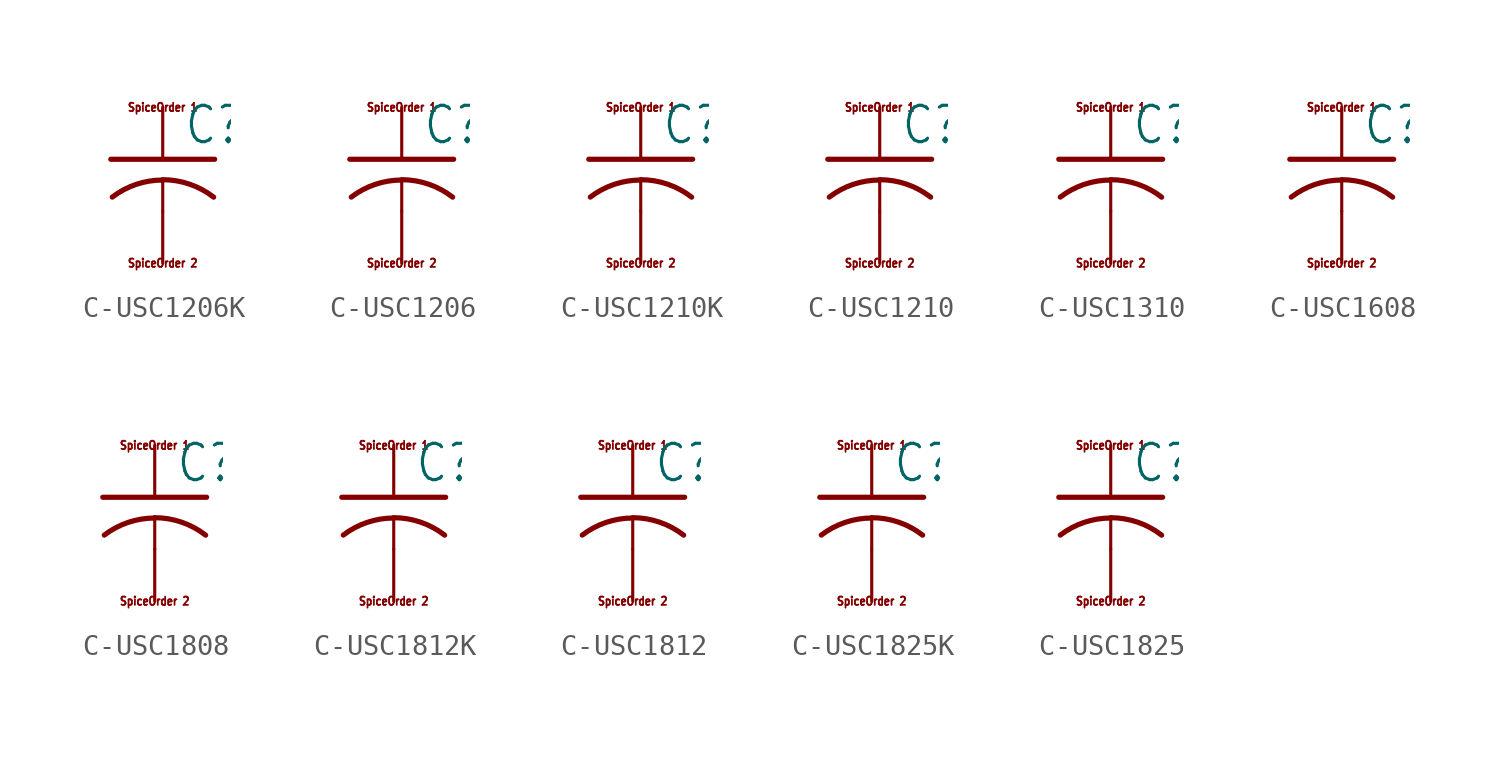
<source format=kicad_sym>
(kicad_symbol_lib
  (version 20220914)
  (generator kicad_symbol_editor)
  (symbol "C-USC1206K"
    (property "Reference" "C"
      (at 1.016 0.635 0)
      (effects (font (size 1.778 1.511)) (justify left bottom)))
    (property "Value" ""
      (at 1.016 -4.191 0)
      (effects (font (size 1.778 1.511)) (justify left bottom)))
    (property "ki_locked" ""
      (at 0 0 0)
      (effects (font (size 1.27 1.27))))
    (symbol "C-USC1206K_1_0"
      (arc (start 0 -1.0161) (mid -1.302 -1.2303) (end -2.4668 -1.8504) (stroke (width 0.254) (type solid)) (fill (type none)))
      (polyline (pts (xy -2.54 0) (xy 2.54 0)) (stroke (width 0.254) (type solid)) (fill (type none)))
      (polyline (pts (xy 0 -1.016) (xy 0 -2.54)) (stroke (width 0.152) (type solid)) (fill (type none)))
      (arc (start 2.4892 -1.8541) (mid 1.3158 -1.2194) (end 0 -1) (stroke (width 0.254) (type solid)) (fill (type none)))
      (text "SpiceOrder 1" (at 0 2.54 0) (effects (font (size 0.406 0.345))))
      (text "SpiceOrder 2" (at 0 -5.08 0) (effects (font (size 0.406 0.345))))
      (pin passive line (at 0 2.54 270) (length 2.54) (name "1" (effects (font (size 0 0)))) (number "1" (effects (font (size 0 0)))))
      (pin passive line (at 0 -5.08 90) (length 2.54) (name "2" (effects (font (size 0 0)))) (number "2" (effects (font (size 0 0)))))))
  (symbol "C-USC1206"
    (property "Reference" "C"
      (at 1.016 0.635 0)
      (effects (font (size 1.778 1.511)) (justify left bottom)))
    (property "Value" ""
      (at 1.016 -4.191 0)
      (effects (font (size 1.778 1.511)) (justify left bottom)))
    (property "ki_locked" ""
      (at 0 0 0)
      (effects (font (size 1.27 1.27))))
    (symbol "C-USC1206_1_0"
      (arc (start 0 -1.0161) (mid -1.302 -1.2303) (end -2.4668 -1.8504) (stroke (width 0.254) (type solid)) (fill (type none)))
      (polyline (pts (xy -2.54 0) (xy 2.54 0)) (stroke (width 0.254) (type solid)) (fill (type none)))
      (polyline (pts (xy 0 -1.016) (xy 0 -2.54)) (stroke (width 0.152) (type solid)) (fill (type none)))
      (arc (start 2.4892 -1.8541) (mid 1.3158 -1.2194) (end 0 -1) (stroke (width 0.254) (type solid)) (fill (type none)))
      (text "SpiceOrder 1" (at 0 2.54 0) (effects (font (size 0.406 0.345))))
      (text "SpiceOrder 2" (at 0 -5.08 0) (effects (font (size 0.406 0.345))))
      (pin passive line (at 0 2.54 270) (length 2.54) (name "1" (effects (font (size 0 0)))) (number "1" (effects (font (size 0 0)))))
      (pin passive line (at 0 -5.08 90) (length 2.54) (name "2" (effects (font (size 0 0)))) (number "2" (effects (font (size 0 0)))))))
  (symbol "C-USC1210K"
    (property "Reference" "C"
      (at 1.016 0.635 0)
      (effects (font (size 1.778 1.511)) (justify left bottom)))
    (property "Value" ""
      (at 1.016 -4.191 0)
      (effects (font (size 1.778 1.511)) (justify left bottom)))
    (property "ki_locked" ""
      (at 0 0 0)
      (effects (font (size 1.27 1.27))))
    (symbol "C-USC1210K_1_0"
      (arc (start 0 -1.0161) (mid -1.302 -1.2303) (end -2.4668 -1.8504) (stroke (width 0.254) (type solid)) (fill (type none)))
      (polyline (pts (xy -2.54 0) (xy 2.54 0)) (stroke (width 0.254) (type solid)) (fill (type none)))
      (polyline (pts (xy 0 -1.016) (xy 0 -2.54)) (stroke (width 0.152) (type solid)) (fill (type none)))
      (arc (start 2.4892 -1.8541) (mid 1.3158 -1.2194) (end 0 -1) (stroke (width 0.254) (type solid)) (fill (type none)))
      (text "SpiceOrder 1" (at 0 2.54 0) (effects (font (size 0.406 0.345))))
      (text "SpiceOrder 2" (at 0 -5.08 0) (effects (font (size 0.406 0.345))))
      (pin passive line (at 0 2.54 270) (length 2.54) (name "1" (effects (font (size 0 0)))) (number "1" (effects (font (size 0 0)))))
      (pin passive line (at 0 -5.08 90) (length 2.54) (name "2" (effects (font (size 0 0)))) (number "2" (effects (font (size 0 0)))))))
  (symbol "C-USC1210"
    (property "Reference" "C"
      (at 1.016 0.635 0)
      (effects (font (size 1.778 1.511)) (justify left bottom)))
    (property "Value" ""
      (at 1.016 -4.191 0)
      (effects (font (size 1.778 1.511)) (justify left bottom)))
    (property "ki_locked" ""
      (at 0 0 0)
      (effects (font (size 1.27 1.27))))
    (symbol "C-USC1210_1_0"
      (arc (start 0 -1.0161) (mid -1.302 -1.2303) (end -2.4668 -1.8504) (stroke (width 0.254) (type solid)) (fill (type none)))
      (polyline (pts (xy -2.54 0) (xy 2.54 0)) (stroke (width 0.254) (type solid)) (fill (type none)))
      (polyline (pts (xy 0 -1.016) (xy 0 -2.54)) (stroke (width 0.152) (type solid)) (fill (type none)))
      (arc (start 2.4892 -1.8541) (mid 1.3158 -1.2194) (end 0 -1) (stroke (width 0.254) (type solid)) (fill (type none)))
      (text "SpiceOrder 1" (at 0 2.54 0) (effects (font (size 0.406 0.345))))
      (text "SpiceOrder 2" (at 0 -5.08 0) (effects (font (size 0.406 0.345))))
      (pin passive line (at 0 2.54 270) (length 2.54) (name "1" (effects (font (size 0 0)))) (number "1" (effects (font (size 0 0)))))
      (pin passive line (at 0 -5.08 90) (length 2.54) (name "2" (effects (font (size 0 0)))) (number "2" (effects (font (size 0 0)))))))
  (symbol "C-USC1310"
    (property "Reference" "C"
      (at 1.016 0.635 0)
      (effects (font (size 1.778 1.511)) (justify left bottom)))
    (property "Value" ""
      (at 1.016 -4.191 0)
      (effects (font (size 1.778 1.511)) (justify left bottom)))
    (property "ki_locked" ""
      (at 0 0 0)
      (effects (font (size 1.27 1.27))))
    (symbol "C-USC1310_1_0"
      (arc (start 0 -1.0161) (mid -1.302 -1.2303) (end -2.4668 -1.8504) (stroke (width 0.254) (type solid)) (fill (type none)))
      (polyline (pts (xy -2.54 0) (xy 2.54 0)) (stroke (width 0.254) (type solid)) (fill (type none)))
      (polyline (pts (xy 0 -1.016) (xy 0 -2.54)) (stroke (width 0.152) (type solid)) (fill (type none)))
      (arc (start 2.4892 -1.8541) (mid 1.3158 -1.2194) (end 0 -1) (stroke (width 0.254) (type solid)) (fill (type none)))
      (text "SpiceOrder 1" (at 0 2.54 0) (effects (font (size 0.406 0.345))))
      (text "SpiceOrder 2" (at 0 -5.08 0) (effects (font (size 0.406 0.345))))
      (pin passive line (at 0 2.54 270) (length 2.54) (name "1" (effects (font (size 0 0)))) (number "1" (effects (font (size 0 0)))))
      (pin passive line (at 0 -5.08 90) (length 2.54) (name "2" (effects (font (size 0 0)))) (number "2" (effects (font (size 0 0)))))))
  (symbol "C-USC1608"
    (property "Reference" "C"
      (at 1.016 0.635 0)
      (effects (font (size 1.778 1.511)) (justify left bottom)))
    (property "Value" ""
      (at 1.016 -4.191 0)
      (effects (font (size 1.778 1.511)) (justify left bottom)))
    (property "ki_locked" ""
      (at 0 0 0)
      (effects (font (size 1.27 1.27))))
    (symbol "C-USC1608_1_0"
      (arc (start 0 -1.0161) (mid -1.302 -1.2303) (end -2.4668 -1.8504) (stroke (width 0.254) (type solid)) (fill (type none)))
      (polyline (pts (xy -2.54 0) (xy 2.54 0)) (stroke (width 0.254) (type solid)) (fill (type none)))
      (polyline (pts (xy 0 -1.016) (xy 0 -2.54)) (stroke (width 0.152) (type solid)) (fill (type none)))
      (arc (start 2.4892 -1.8541) (mid 1.3158 -1.2194) (end 0 -1) (stroke (width 0.254) (type solid)) (fill (type none)))
      (text "SpiceOrder 1" (at 0 2.54 0) (effects (font (size 0.406 0.345))))
      (text "SpiceOrder 2" (at 0 -5.08 0) (effects (font (size 0.406 0.345))))
      (pin passive line (at 0 2.54 270) (length 2.54) (name "1" (effects (font (size 0 0)))) (number "1" (effects (font (size 0 0)))))
      (pin passive line (at 0 -5.08 90) (length 2.54) (name "2" (effects (font (size 0 0)))) (number "2" (effects (font (size 0 0)))))))
  (symbol "C-USC1808"
    (property "Reference" "C"
      (at 1.016 0.635 0)
      (effects (font (size 1.778 1.511)) (justify left bottom)))
    (property "Value" ""
      (at 1.016 -4.191 0)
      (effects (font (size 1.778 1.511)) (justify left bottom)))
    (property "ki_locked" ""
      (at 0 0 0)
      (effects (font (size 1.27 1.27))))
    (symbol "C-USC1808_1_0"
      (arc (start 0 -1.0161) (mid -1.302 -1.2303) (end -2.4668 -1.8504) (stroke (width 0.254) (type solid)) (fill (type none)))
      (polyline (pts (xy -2.54 0) (xy 2.54 0)) (stroke (width 0.254) (type solid)) (fill (type none)))
      (polyline (pts (xy 0 -1.016) (xy 0 -2.54)) (stroke (width 0.152) (type solid)) (fill (type none)))
      (arc (start 2.4892 -1.8541) (mid 1.3158 -1.2194) (end 0 -1) (stroke (width 0.254) (type solid)) (fill (type none)))
      (text "SpiceOrder 1" (at 0 2.54 0) (effects (font (size 0.406 0.345))))
      (text "SpiceOrder 2" (at 0 -5.08 0) (effects (font (size 0.406 0.345))))
      (pin passive line (at 0 2.54 270) (length 2.54) (name "1" (effects (font (size 0 0)))) (number "1" (effects (font (size 0 0)))))
      (pin passive line (at 0 -5.08 90) (length 2.54) (name "2" (effects (font (size 0 0)))) (number "2" (effects (font (size 0 0)))))))
  (symbol "C-USC1812K"
    (property "Reference" "C"
      (at 1.016 0.635 0)
      (effects (font (size 1.778 1.511)) (justify left bottom)))
    (property "Value" ""
      (at 1.016 -4.191 0)
      (effects (font (size 1.778 1.511)) (justify left bottom)))
    (property "ki_locked" ""
      (at 0 0 0)
      (effects (font (size 1.27 1.27))))
    (symbol "C-USC1812K_1_0"
      (arc (start 0 -1.0161) (mid -1.302 -1.2303) (end -2.4668 -1.8504) (stroke (width 0.254) (type solid)) (fill (type none)))
      (polyline (pts (xy -2.54 0) (xy 2.54 0)) (stroke (width 0.254) (type solid)) (fill (type none)))
      (polyline (pts (xy 0 -1.016) (xy 0 -2.54)) (stroke (width 0.152) (type solid)) (fill (type none)))
      (arc (start 2.4892 -1.8541) (mid 1.3158 -1.2194) (end 0 -1) (stroke (width 0.254) (type solid)) (fill (type none)))
      (text "SpiceOrder 1" (at 0 2.54 0) (effects (font (size 0.406 0.345))))
      (text "SpiceOrder 2" (at 0 -5.08 0) (effects (font (size 0.406 0.345))))
      (pin passive line (at 0 2.54 270) (length 2.54) (name "1" (effects (font (size 0 0)))) (number "1" (effects (font (size 0 0)))))
      (pin passive line (at 0 -5.08 90) (length 2.54) (name "2" (effects (font (size 0 0)))) (number "2" (effects (font (size 0 0)))))))
  (symbol "C-USC1812"
    (property "Reference" "C"
      (at 1.016 0.635 0)
      (effects (font (size 1.778 1.511)) (justify left bottom)))
    (property "Value" ""
      (at 1.016 -4.191 0)
      (effects (font (size 1.778 1.511)) (justify left bottom)))
    (property "ki_locked" ""
      (at 0 0 0)
      (effects (font (size 1.27 1.27))))
    (symbol "C-USC1812_1_0"
      (arc (start 0 -1.0161) (mid -1.302 -1.2303) (end -2.4668 -1.8504) (stroke (width 0.254) (type solid)) (fill (type none)))
      (polyline (pts (xy -2.54 0) (xy 2.54 0)) (stroke (width 0.254) (type solid)) (fill (type none)))
      (polyline (pts (xy 0 -1.016) (xy 0 -2.54)) (stroke (width 0.152) (type solid)) (fill (type none)))
      (arc (start 2.4892 -1.8541) (mid 1.3158 -1.2194) (end 0 -1) (stroke (width 0.254) (type solid)) (fill (type none)))
      (text "SpiceOrder 1" (at 0 2.54 0) (effects (font (size 0.406 0.345))))
      (text "SpiceOrder 2" (at 0 -5.08 0) (effects (font (size 0.406 0.345))))
      (pin passive line (at 0 2.54 270) (length 2.54) (name "1" (effects (font (size 0 0)))) (number "1" (effects (font (size 0 0)))))
      (pin passive line (at 0 -5.08 90) (length 2.54) (name "2" (effects (font (size 0 0)))) (number "2" (effects (font (size 0 0)))))))
  (symbol "C-USC1825K"
    (property "Reference" "C"
      (at 1.016 0.635 0)
      (effects (font (size 1.778 1.511)) (justify left bottom)))
    (property "Value" ""
      (at 1.016 -4.191 0)
      (effects (font (size 1.778 1.511)) (justify left bottom)))
    (property "ki_locked" ""
      (at 0 0 0)
      (effects (font (size 1.27 1.27))))
    (symbol "C-USC1825K_1_0"
      (arc (start 0 -1.0161) (mid -1.302 -1.2303) (end -2.4668 -1.8504) (stroke (width 0.254) (type solid)) (fill (type none)))
      (polyline (pts (xy -2.54 0) (xy 2.54 0)) (stroke (width 0.254) (type solid)) (fill (type none)))
      (polyline (pts (xy 0 -1.016) (xy 0 -2.54)) (stroke (width 0.152) (type solid)) (fill (type none)))
      (arc (start 2.4892 -1.8541) (mid 1.3158 -1.2194) (end 0 -1) (stroke (width 0.254) (type solid)) (fill (type none)))
      (text "SpiceOrder 1" (at 0 2.54 0) (effects (font (size 0.406 0.345))))
      (text "SpiceOrder 2" (at 0 -5.08 0) (effects (font (size 0.406 0.345))))
      (pin passive line (at 0 2.54 270) (length 2.54) (name "1" (effects (font (size 0 0)))) (number "1" (effects (font (size 0 0)))))
      (pin passive line (at 0 -5.08 90) (length 2.54) (name "2" (effects (font (size 0 0)))) (number "2" (effects (font (size 0 0)))))))
  (symbol "C-USC1825"
    (property "Reference" "C"
      (at 1.016 0.635 0)
      (effects (font (size 1.778 1.511)) (justify left bottom)))
    (property "Value" ""
      (at 1.016 -4.191 0)
      (effects (font (size 1.778 1.511)) (justify left bottom)))
    (property "ki_locked" ""
      (at 0 0 0)
      (effects (font (size 1.27 1.27))))
    (symbol "C-USC1825_1_0"
      (arc (start 0 -1.0161) (mid -1.302 -1.2303) (end -2.4668 -1.8504) (stroke (width 0.254) (type solid)) (fill (type none)))
      (polyline (pts (xy -2.54 0) (xy 2.54 0)) (stroke (width 0.254) (type solid)) (fill (type none)))
      (polyline (pts (xy 0 -1.016) (xy 0 -2.54)) (stroke (width 0.152) (type solid)) (fill (type none)))
      (arc (start 2.4892 -1.8541) (mid 1.3158 -1.2194) (end 0 -1) (stroke (width 0.254) (type solid)) (fill (type none)))
      (text "SpiceOrder 1" (at 0 2.54 0) (effects (font (size 0.406 0.345))))
      (text "SpiceOrder 2" (at 0 -5.08 0) (effects (font (size 0.406 0.345))))
      (pin passive line (at 0 2.54 270) (length 2.54) (name "1" (effects (font (size 0 0)))) (number "1" (effects (font (size 0 0)))))
      (pin passive line (at 0 -5.08 90) (length 2.54) (name "2" (effects (font (size 0 0)))) (number "2" (effects (font (size 0 0))))))))
</source>
